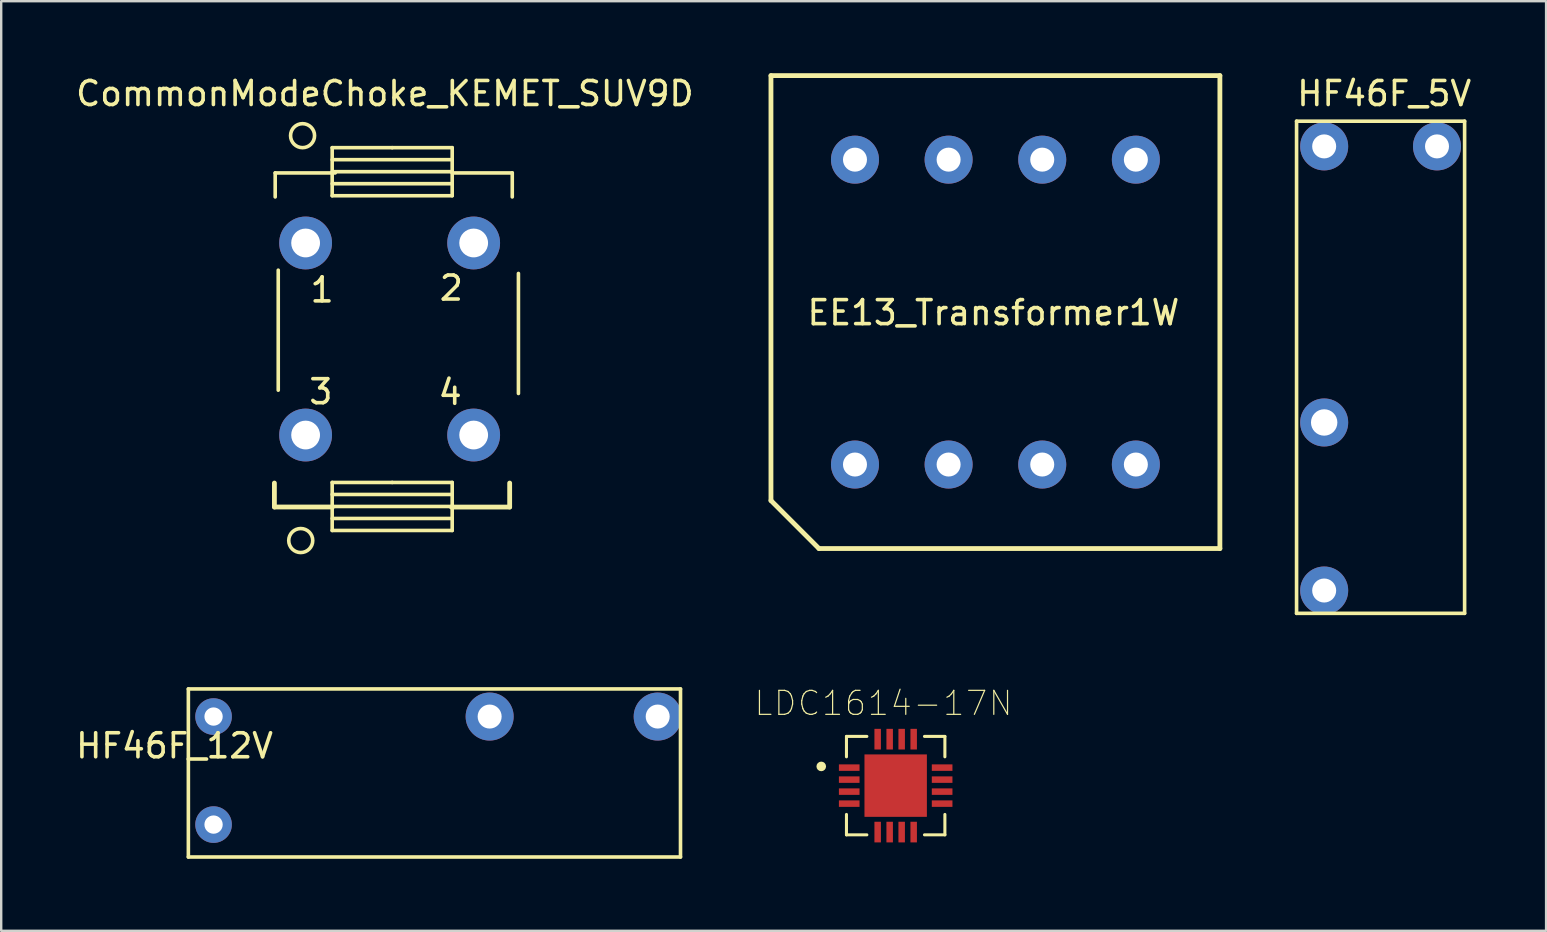
<source format=kicad_pcb>
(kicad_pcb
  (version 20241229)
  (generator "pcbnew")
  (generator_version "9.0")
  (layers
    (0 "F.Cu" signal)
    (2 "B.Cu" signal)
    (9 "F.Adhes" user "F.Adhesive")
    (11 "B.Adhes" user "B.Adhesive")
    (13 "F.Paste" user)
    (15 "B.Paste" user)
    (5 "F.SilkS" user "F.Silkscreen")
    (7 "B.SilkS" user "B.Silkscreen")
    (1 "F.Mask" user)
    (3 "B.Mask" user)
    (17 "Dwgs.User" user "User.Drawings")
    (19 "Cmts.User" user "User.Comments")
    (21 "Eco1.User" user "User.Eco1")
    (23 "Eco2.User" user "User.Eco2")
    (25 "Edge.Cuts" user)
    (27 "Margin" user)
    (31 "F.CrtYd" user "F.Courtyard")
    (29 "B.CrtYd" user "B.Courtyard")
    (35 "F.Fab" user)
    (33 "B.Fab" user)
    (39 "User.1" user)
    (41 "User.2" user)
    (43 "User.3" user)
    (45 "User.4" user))
  (footprint "LDC1614-17N"
    (layer "F.Cu")
    (at 34.259 29.675)
    (property "Reference" "LDC1614-17N" (at -0.508 -3.429 0) (layer "F.SilkS") (effects (font (size 1 1) (thickness 0.05))))
    (attr smd)
    (fp_line (start -2.05 -2.05) (end -2.05 -1.2) (stroke (width 0.127) (type solid)) (layer "F.SilkS"))
    (fp_line (start -2.05 1.2) (end -2.05 2.05) (stroke (width 0.127) (type solid)) (layer "F.SilkS"))
    (fp_line (start -2.05 2.05) (end -1.2 2.05) (stroke (width 0.127) (type solid)) (layer "F.SilkS"))
    (fp_line (start -1.2 -2.05) (end -2.05 -2.05) (stroke (width 0.127) (type solid)) (layer "F.SilkS"))
    (fp_line (start 1.2 -2.05) (end 2.05 -2.05) (stroke (width 0.127) (type solid)) (layer "F.SilkS"))
    (fp_line (start 1.2 2.05) (end 2.05 2.05) (stroke (width 0.127) (type solid)) (layer "F.SilkS"))
    (fp_line (start 2.05 -2.05) (end 2.05 -1.2) (stroke (width 0.127) (type solid)) (layer "F.SilkS"))
    (fp_line (start 2.05 2.05) (end 2.05 1.2) (stroke (width 0.127) (type solid)) (layer "F.SilkS"))
    (fp_circle (center -3.1 -0.8) (end -3 -0.8) (stroke (width 0.2) (type solid)) (fill no) (layer "F.SilkS"))
    (fp_poly (pts (xy -1.045 -1.045) (xy -0.125 -1.045) (xy -0.125 -0.125) (xy -1.045 -0.125)) (stroke (width 0) (type solid)) (fill yes) (layer "F.Paste"))
    (fp_poly (pts (xy -1.045 0.125) (xy -0.125 0.125) (xy -0.125 1.045) (xy -1.045 1.045)) (stroke (width 0) (type solid)) (fill yes) (layer "F.Paste"))
    (fp_poly (pts (xy 0.125 -1.045) (xy 1.045 -1.045) (xy 1.045 -0.125) (xy 0.125 -0.125)) (stroke (width 0) (type solid)) (fill yes) (layer "F.Paste"))
    (fp_poly (pts (xy 0.125 0.125) (xy 1.045 0.125) (xy 1.045 1.045) (xy 0.125 1.045)) (stroke (width 0) (type solid)) (fill yes) (layer "F.Paste"))
    (fp_line (start -2.62 -2.62) (end 2.62 -2.62) (stroke (width 0.05) (type solid)) (layer "Eco1.User"))
    (fp_line (start -2.62 2.62) (end -2.62 -2.62) (stroke (width 0.05) (type solid)) (layer "Eco1.User"))
    (fp_line (start 2.62 -2.62) (end 2.62 2.62) (stroke (width 0.05) (type solid)) (layer "Eco1.User"))
    (fp_line (start 2.62 2.62) (end -2.62 2.62) (stroke (width 0.05) (type solid)) (layer "Eco1.User"))
    (fp_line (start -2.05 -2.05) (end 2.05 -2.05) (stroke (width 0.127) (type solid)) (layer "Eco2.User"))
    (fp_line (start -2.05 2.05) (end -2.05 -2.05) (stroke (width 0.127) (type solid)) (layer "Eco2.User"))
    (fp_line (start 2.05 -2.05) (end 2.05 2.05) (stroke (width 0.127) (type solid)) (layer "Eco2.User"))
    (fp_line (start 2.05 2.05) (end -2.05 2.05) (stroke (width 0.127) (type solid)) (layer "Eco2.User"))
    (fp_circle (center -3.1 -0.8) (end -3 -0.8) (stroke (width 0.2) (type solid)) (fill no) (layer "Eco2.User"))
    (pad "1" smd rect (at -1.935 -0.75) (size 0.86 0.27) (layers "F.Cu" "F.Mask" "F.Paste"))
    (pad "2" smd rect (at -1.935 -0.25) (size 0.86 0.27) (layers "F.Cu" "F.Mask" "F.Paste"))
    (pad "3" smd rect (at -1.935 0.25) (size 0.86 0.27) (layers "F.Cu" "F.Mask" "F.Paste"))
    (pad "4" smd rect (at -1.935 0.75) (size 0.86 0.27) (layers "F.Cu" "F.Mask" "F.Paste"))
    (pad "5" smd rect (at -0.75 1.935 90) (size 0.86 0.27) (layers "F.Cu" "F.Mask" "F.Paste"))
    (pad "6" smd rect (at -0.25 1.935 90) (size 0.86 0.27) (layers "F.Cu" "F.Mask" "F.Paste"))
    (pad "7" smd rect (at 0.25 1.935 90) (size 0.86 0.27) (layers "F.Cu" "F.Mask" "F.Paste"))
    (pad "8" smd rect (at 0.75 1.935 90) (size 0.86 0.27) (layers "F.Cu" "F.Mask" "F.Paste"))
    (pad "9" smd rect (at 1.935 0.75 180) (size 0.86 0.27) (layers "F.Cu" "F.Mask" "F.Paste"))
    (pad "10" smd rect (at 1.935 0.25 180) (size 0.86 0.27) (layers "F.Cu" "F.Mask" "F.Paste"))
    (pad "11" smd rect (at 1.935 -0.25 180) (size 0.86 0.27) (layers "F.Cu" "F.Mask" "F.Paste"))
    (pad "12" smd rect (at 1.935 -0.75 180) (size 0.86 0.27) (layers "F.Cu" "F.Mask" "F.Paste"))
    (pad "13" smd rect (at 0.75 -1.935 270) (size 0.86 0.27) (layers "F.Cu" "F.Mask" "F.Paste"))
    (pad "14" smd rect (at 0.25 -1.935 270) (size 0.86 0.27) (layers "F.Cu" "F.Mask" "F.Paste"))
    (pad "15" smd rect (at -0.25 -1.935 270) (size 0.86 0.27) (layers "F.Cu" "F.Mask" "F.Paste"))
    (pad "16" smd rect (at -0.75 -1.935 270) (size 0.86 0.27) (layers "F.Cu" "F.Mask" "F.Paste"))
    (pad "17" smd rect (at 0 0) (size 2.6 2.6) (layers "F.Cu" "F.Mask" "F.Paste")))
  (footprint "CommonModeChoke_KEMET_SUV9D"
    (layer "F.Cu")
    (at 9.68 7.071)
    (property "Reference" "CommonModeChoke_KEMET_SUV9D" (at 3.302 -6.223 0) (layer "F.SilkS") (effects (font (size 1 1) (thickness 0.15))))
    (attr through_hole)
    (fp_line (start -1.3 10) (end -1.3 11) (stroke (width 0.2) (type solid)) (layer "F.SilkS"))
    (fp_line (start -1.267 -2.918) (end -1.267 -1.918) (stroke (width 0.15) (type solid)) (layer "F.SilkS"))
    (fp_line (start -1.14 6.132) (end -1.14 1.133) (stroke (width 0.15) (type solid)) (layer "F.SilkS"))
    (fp_line (start 1.107 -3.97) (end 3.607 -3.97) (stroke (width 0.15) (type solid)) (layer "F.SilkS"))
    (fp_line (start 1.107 -2.969) (end 6.106 -2.969) (stroke (width 0.15) (type solid)) (layer "F.SilkS"))
    (fp_line (start 1.107 -2.469) (end 6.106 -2.469) (stroke (width 0.15) (type solid)) (layer "F.SilkS"))
    (fp_line (start 1.107 -1.968) (end 1.107 -3.97) (stroke (width 0.15) (type solid)) (layer "F.SilkS"))
    (fp_line (start 1.107 9.975) (end 3.607 9.975) (stroke (width 0.15) (type solid)) (layer "F.SilkS"))
    (fp_line (start 1.107 10.975) (end 6.106 10.975) (stroke (width 0.15) (type solid)) (layer "F.SilkS"))
    (fp_line (start 1.107 11.476) (end 6.106 11.476) (stroke (width 0.15) (type solid)) (layer "F.SilkS"))
    (fp_line (start 1.107 11.976) (end 1.107 9.975) (stroke (width 0.15) (type solid)) (layer "F.SilkS"))
    (fp_line (start 1.118 10.998) (end -1.295 10.998) (stroke (width 0.2) (type solid)) (layer "F.SilkS"))
    (fp_line (start 1.234 -2.918) (end -1.267 -2.918) (stroke (width 0.15) (type solid)) (layer "F.SilkS"))
    (fp_line (start 3.607 -3.97) (end 6.106 -3.97) (stroke (width 0.15) (type solid)) (layer "F.SilkS"))
    (fp_line (start 3.607 9.975) (end 6.106 9.975) (stroke (width 0.15) (type solid)) (layer "F.SilkS"))
    (fp_line (start 6.071 11) (end 8.5 11) (stroke (width 0.2) (type solid)) (layer "F.SilkS"))
    (fp_line (start 6.106 -3.97) (end 6.106 -1.968) (stroke (width 0.15) (type solid)) (layer "F.SilkS"))
    (fp_line (start 6.106 -3.47) (end 1.107 -3.47) (stroke (width 0.15) (type solid)) (layer "F.SilkS"))
    (fp_line (start 6.106 -2.918) (end 8.608 -2.918) (stroke (width 0.15) (type solid)) (layer "F.SilkS"))
    (fp_line (start 6.106 -1.968) (end 1.107 -1.968) (stroke (width 0.15) (type solid)) (layer "F.SilkS"))
    (fp_line (start 6.106 9.975) (end 6.106 11.976) (stroke (width 0.15) (type solid)) (layer "F.SilkS"))
    (fp_line (start 6.106 10.475) (end 1.107 10.475) (stroke (width 0.15) (type solid)) (layer "F.SilkS"))
    (fp_line (start 6.106 11.976) (end 1.107 11.976) (stroke (width 0.15) (type solid)) (layer "F.SilkS"))
    (fp_line (start 8.5 10) (end 8.5 11) (stroke (width 0.2) (type solid)) (layer "F.SilkS"))
    (fp_line (start 8.608 -2.918) (end 8.608 -1.918) (stroke (width 0.15) (type solid)) (layer "F.SilkS"))
    (fp_line (start 8.865 1.27) (end 8.865 6.269) (stroke (width 0.15) (type solid)) (layer "F.SilkS"))
    (fp_circle (center -0.203 12.395) (end 0.297 12.395) (stroke (width 0.15) (type solid)) (fill no) (layer "F.SilkS"))
    (fp_circle (center -0.127 -4.47) (end 0.373 -4.47) (stroke (width 0.15) (type solid)) (fill no) (layer "F.SilkS"))
    (fp_text user "1" (at 0.686 1.956 0) (layer "F.SilkS") (effects (font (size 1 1) (thickness 0.15))))
    (fp_text user "3" (at 0.635 6.198 0) (layer "F.SilkS") (effects (font (size 1 1) (thickness 0.15))))
    (fp_text user "4" (at 6.02 6.223 0) (layer "F.SilkS") (effects (font (size 1 1) (thickness 0.15))))
    (fp_text user "2" (at 6.071 1.88 0) (layer "F.SilkS") (effects (font (size 1 1) (thickness 0.15))))
    (pad "1" thru_hole circle (at 0 0) (size 2.2 2.2) (drill 1.199) (layers "*.Cu" "*.Mask"))
    (pad "2" thru_hole circle (at 7 0) (size 2.2 2.2) (drill 1.199) (layers "*.Cu" "*.Mask"))
    (pad "3" thru_hole circle (at 0 8) (size 2.2 2.2) (drill 1.199) (layers "*.Cu" "*.Mask"))
    (pad "4" thru_hole circle (at 7 8) (size 2.2 2.2) (drill 1.199) (layers "*.Cu" "*.Mask")))
  (footprint "HF46F_12V"
    (layer "F.Cu")
    (at 5.846 26.798)
    (property "Reference" "HF46F_12V" (at -1.626 1.219 0) (layer "F.SilkS") (effects (font (size 1 1) (thickness 0.15))))
    (attr through_hole)
    (fp_line (start -1.05 -1.15) (end -1.05 5.85) (stroke (width 0.15) (type solid)) (layer "F.SilkS"))
    (fp_line (start -1.05 -1.15) (end 19.45 -1.15) (stroke (width 0.15) (type solid)) (layer "F.SilkS"))
    (fp_line (start -1.05 5.85) (end 19.45 5.85) (stroke (width 0.15) (type solid)) (layer "F.SilkS"))
    (fp_line (start 19.45 -1.15) (end 19.45 5.85) (stroke (width 0.15) (type solid)) (layer "F.SilkS"))
    (pad "1" thru_hole circle (at 18.5 0) (size 2 2) (drill 1) (layers "*.Cu" "*.Mask"))
    (pad "2" thru_hole circle (at 0 4.5) (size 1.524 1.524) (drill 0.762) (layers "*.Cu" "*.Mask"))
    (pad "4" thru_hole circle (at 11.5 0) (size 2 2) (drill 1) (layers "*.Cu" "*.Mask"))
    (pad "5" thru_hole circle (at 0 0) (size 1.524 1.524) (drill 0.762) (layers "*.Cu" "*.Mask")))
  (footprint "HF46F_5V"
    (layer "F.Cu")
    (at 52.108 3.048)
    (property "Reference" "HF46F_5V" (at 2.5 -2.2 0) (layer "F.SilkS") (effects (font (size 1 1) (thickness 0.15))))
    (attr through_hole)
    (fp_line (start -1.15 -1.05) (end 5.85 -1.05) (stroke (width 0.15) (type solid)) (layer "F.SilkS"))
    (fp_line (start -1.15 19.45) (end -1.15 -1.05) (stroke (width 0.15) (type solid)) (layer "F.SilkS"))
    (fp_line (start 5.85 -1.05) (end 5.85 19.45) (stroke (width 0.15) (type solid)) (layer "F.SilkS"))
    (fp_line (start 5.85 19.45) (end -1.15 19.45) (stroke (width 0.15) (type solid)) (layer "F.SilkS"))
    (pad "1" thru_hole circle (at 0 0) (size 2 2) (drill 1) (layers "*.Cu" "*.Mask"))
    (pad "2" thru_hole circle (at 0 11.5) (size 2 2) (drill 1.1) (layers "*.Cu" "*.Mask"))
    (pad "3" thru_hole circle (at 0 18.5) (size 2 2) (drill 1) (layers "*.Cu" "*.Mask"))
    (pad "5" thru_hole circle (at 4.7 0) (size 2 2) (drill 1) (layers "*.Cu" "*.Mask")))
  (footprint "EE13_Transformer1W"
    (layer "F.Cu")
    (at 32.564 3.6)
    (property "Reference" "EE13_Transformer1W" (at 5.766 6.375 0) (layer "F.SilkS") (effects (font (size 1 1) (thickness 0.15))))
    (attr through_hole)
    (fp_line (start -3.5 -3.5) (end -3.5 14.2) (stroke (width 0.2) (type solid)) (layer "F.SilkS"))
    (fp_line (start -3.5 14.2) (end -1.5 16.2) (stroke (width 0.2) (type solid)) (layer "F.SilkS"))
    (fp_line (start -1.5 16.2) (end 15.2 16.2) (stroke (width 0.2) (type solid)) (layer "F.SilkS"))
    (fp_line (start 15.2 -3.5) (end -3.5 -3.5) (stroke (width 0.2) (type solid)) (layer "F.SilkS"))
    (fp_line (start 15.2 16.2) (end 15.2 -3.5) (stroke (width 0.2) (type solid)) (layer "F.SilkS"))
    (pad "1" thru_hole circle (at 0 12.7) (size 2 2) (drill 1) (layers "*.Cu" "*.Mask"))
    (pad "2" thru_hole circle (at 3.9 12.7) (size 2 2) (drill 1) (layers "*.Cu" "*.Mask"))
    (pad "3" thru_hole circle (at 7.8 12.7) (size 2 2) (drill 1) (layers "*.Cu" "*.Mask"))
    (pad "4" thru_hole circle (at 11.7 12.7) (size 2 2) (drill 1) (layers "*.Cu" "*.Mask"))
    (pad "5" thru_hole circle (at 11.7 0) (size 2 2) (drill 1) (layers "*.Cu" "*.Mask"))
    (pad "6" thru_hole circle (at 7.8 0) (size 2 2) (drill 1) (layers "*.Cu" "*.Mask"))
    (pad "7" thru_hole circle (at 3.9 0) (size 2 2) (drill 1) (layers "*.Cu" "*.Mask"))
    (pad "8" thru_hole circle (at 0 0) (size 2 2) (drill 1) (layers "*.Cu" "*.Mask")))
  (gr_rect
    (start -3 -3)
    (end 61.352 35.723)
    (stroke (width 0.1) (type default))
    (fill no)
    (layer "Edge.Cuts")))
</source>
